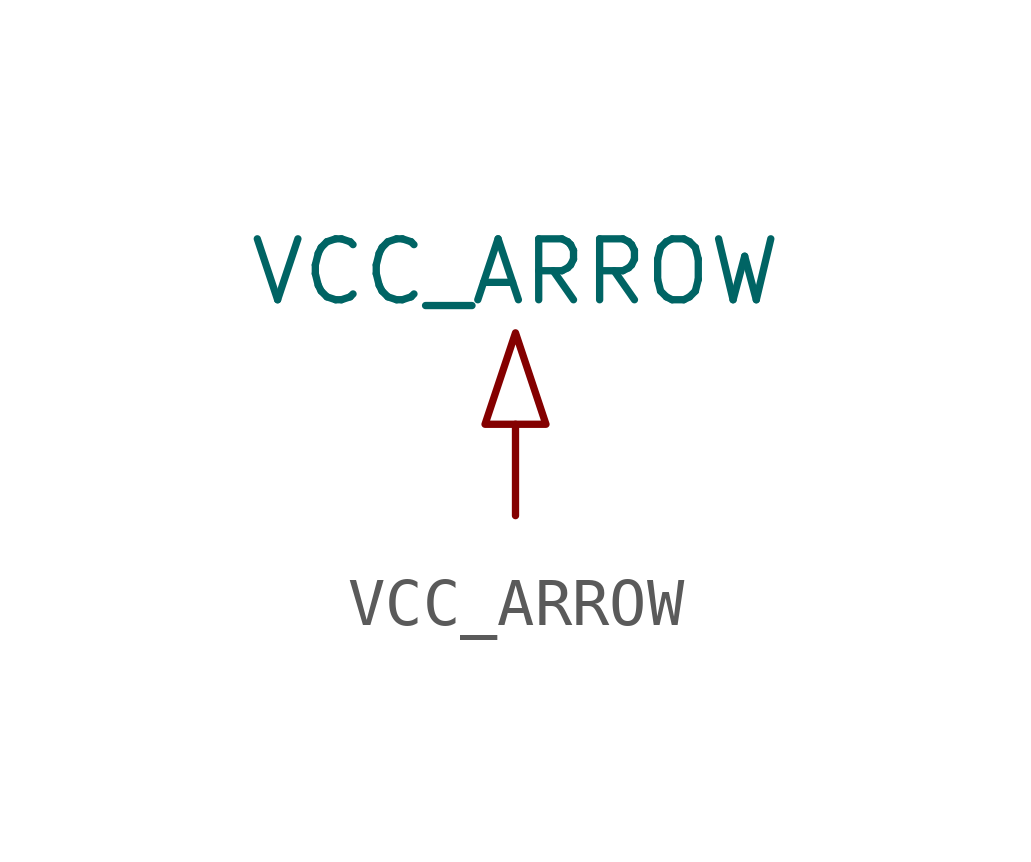
<source format=kicad_sym>
(kicad_symbol_lib
  (version 20231120)
  (generator "kicad_symbol_editor")
  (generator_version "8.0")
  (symbol "VCC_ARROW"
    (power)
    (pin_numbers hide)
    (pin_names hide)
    (property "Reference" "#PWR"
      (at 0 7.62 0)
      (effects (font (size 1.27 1.27)) (hide yes)))
    (property "Value" "VCC_ARROW"
      (at 0 5.08 0)
      (effects (font (size 1.27 1.27))))
    (symbol "VCC_ARROW_0_1"
      (polyline (pts (xy 0 0) (xy 0 1.905)) (stroke (width 0) (type default)) (fill (type none)))
      (polyline (pts (xy -0.635 1.905) (xy 0.635 1.905) (xy 0 3.81) (xy -0.635 1.905)) (stroke (width 0) (type default)) (fill (type none))))
    (symbol "VCC_ARROW_1_1"
      (pin power_in line (at 0 0 90) (length 0) hide (name "VCC" (effects (font (size 1.27 1.27)))) (number "1" (effects (font (size 1.27 1.27))))))))
</source>
